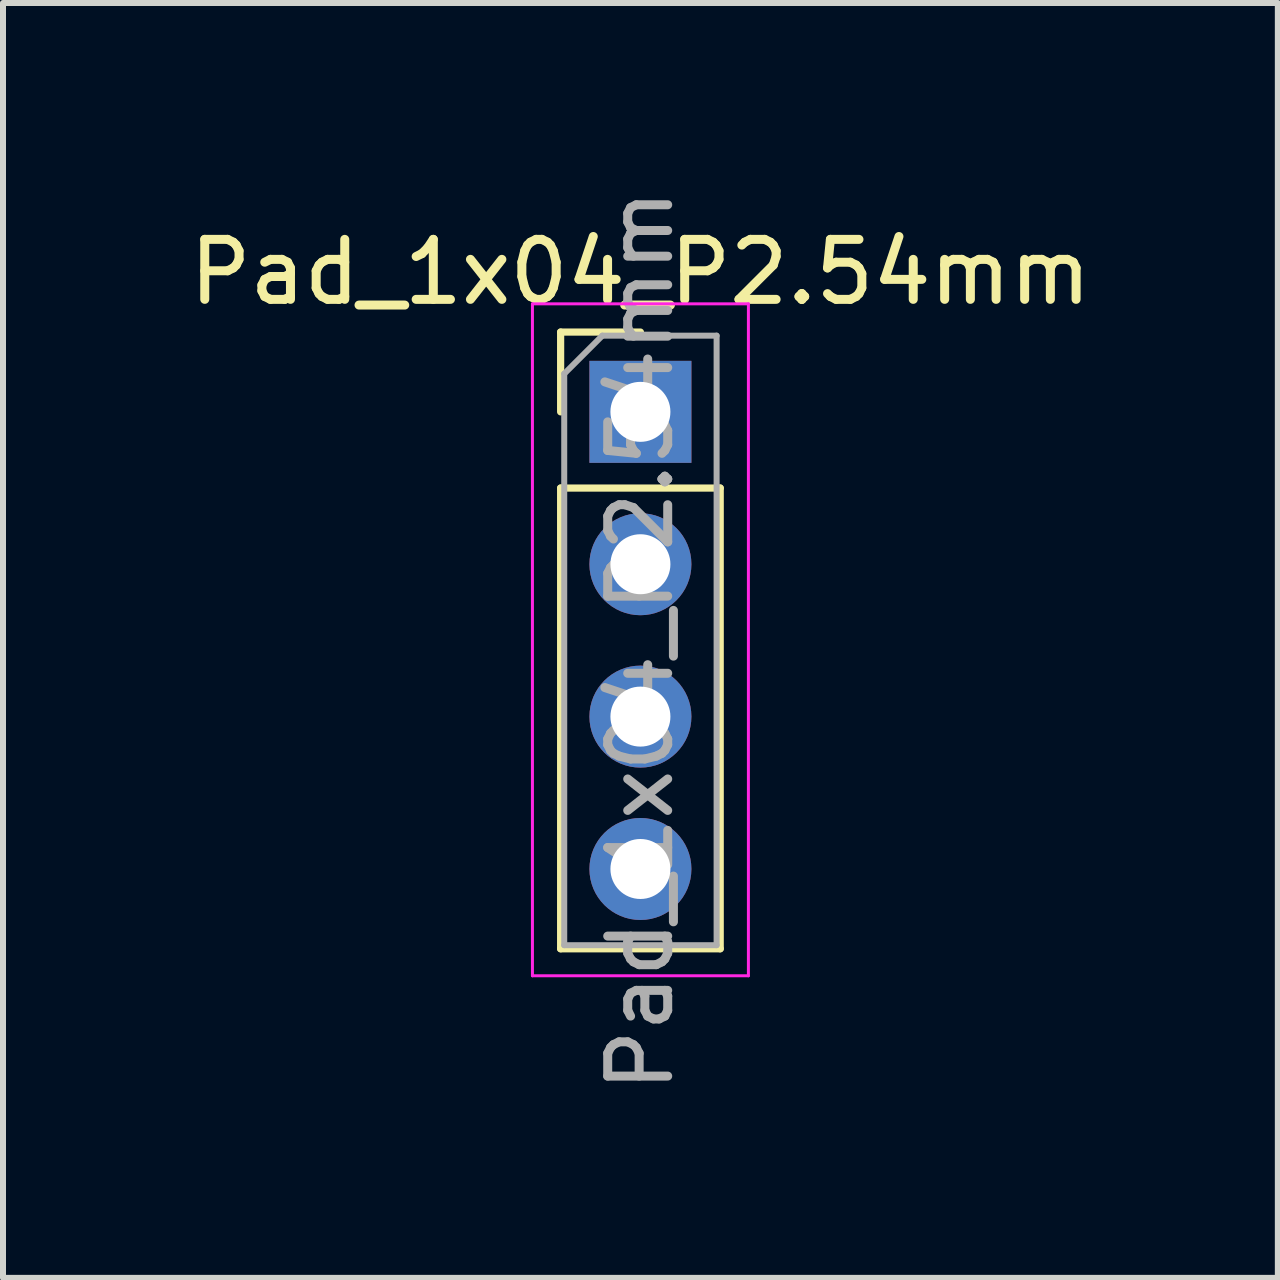
<source format=kicad_pcb>
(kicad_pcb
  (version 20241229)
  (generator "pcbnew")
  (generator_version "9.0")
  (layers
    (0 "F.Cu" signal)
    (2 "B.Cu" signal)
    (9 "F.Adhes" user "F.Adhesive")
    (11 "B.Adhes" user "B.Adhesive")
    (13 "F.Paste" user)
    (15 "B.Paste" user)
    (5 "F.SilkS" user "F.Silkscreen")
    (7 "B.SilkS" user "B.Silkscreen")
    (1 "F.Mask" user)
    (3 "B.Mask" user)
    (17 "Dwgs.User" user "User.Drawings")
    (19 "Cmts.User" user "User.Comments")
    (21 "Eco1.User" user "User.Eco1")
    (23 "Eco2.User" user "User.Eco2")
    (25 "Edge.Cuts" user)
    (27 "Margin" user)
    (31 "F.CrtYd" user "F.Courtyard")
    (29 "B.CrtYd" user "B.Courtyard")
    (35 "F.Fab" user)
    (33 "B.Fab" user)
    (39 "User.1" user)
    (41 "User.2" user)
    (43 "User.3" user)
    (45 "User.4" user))
  (footprint "Pad_1x04_P2.54mm"
    (layer "F.Cu")
    (at 7.625 3.815)
    (property "Reference" "Pad_1x04_P2.54mm" (at 0 -2.33 0) (layer "F.SilkS") (effects (font (size 1 1) (thickness 0.15))))
    (attr smd)
    (fp_line (start -1.33 -1.33) (end 0 -1.33) (stroke (width 0.12) (type solid)) (layer "F.SilkS"))
    (fp_line (start -1.33 0) (end -1.33 -1.33) (stroke (width 0.12) (type solid)) (layer "F.SilkS"))
    (fp_line (start -1.33 1.27) (end -1.33 8.95) (stroke (width 0.12) (type solid)) (layer "F.SilkS"))
    (fp_line (start -1.33 1.27) (end 1.33 1.27) (stroke (width 0.12) (type solid)) (layer "F.SilkS"))
    (fp_line (start -1.33 8.95) (end 1.33 8.95) (stroke (width 0.12) (type solid)) (layer "F.SilkS"))
    (fp_line (start 1.33 1.27) (end 1.33 8.95) (stroke (width 0.12) (type solid)) (layer "F.SilkS"))
    (fp_line (start -1.8 -1.8) (end -1.8 9.4) (stroke (width 0.05) (type solid)) (layer "F.CrtYd"))
    (fp_line (start -1.8 9.4) (end 1.8 9.4) (stroke (width 0.05) (type solid)) (layer "F.CrtYd"))
    (fp_line (start 1.8 -1.8) (end -1.8 -1.8) (stroke (width 0.05) (type solid)) (layer "F.CrtYd"))
    (fp_line (start 1.8 9.4) (end 1.8 -1.8) (stroke (width 0.05) (type solid)) (layer "F.CrtYd"))
    (fp_line (start -1.27 -0.635) (end -0.635 -1.27) (stroke (width 0.1) (type solid)) (layer "F.Fab"))
    (fp_line (start -1.27 8.89) (end -1.27 -0.635) (stroke (width 0.1) (type solid)) (layer "F.Fab"))
    (fp_line (start -0.635 -1.27) (end 1.27 -1.27) (stroke (width 0.1) (type solid)) (layer "F.Fab"))
    (fp_line (start 1.27 -1.27) (end 1.27 8.89) (stroke (width 0.1) (type solid)) (layer "F.Fab"))
    (fp_line (start 1.27 8.89) (end -1.27 8.89) (stroke (width 0.1) (type solid)) (layer "F.Fab"))
    (fp_text user "${REFERENCE}" (at 0 3.81 90) (layer "F.Fab") (effects (font (size 1 1) (thickness 0.15))))
    (pad "1" thru_hole rect (at 0 0) (size 1.7 1.7) (drill 1) (layers "*.Cu" "*.Mask"))
    (pad "2" thru_hole oval (at 0 2.54) (size 1.7 1.7) (drill 1) (layers "*.Cu" "*.Mask"))
    (pad "3" thru_hole oval (at 0 5.08) (size 1.7 1.7) (drill 1) (property pad_prop_testpoint) (layers "*.Cu" "*.Mask"))
    (pad "4" thru_hole oval (at 0 7.62) (size 1.7 1.7) (drill 1) (layers "*.Cu" "*.Mask")))
  (gr_rect
    (start -3 -3)
    (end 18.25 18.25)
    (stroke (width 0.1) (type default))
    (fill no)
    (layer "Edge.Cuts")))
</source>
